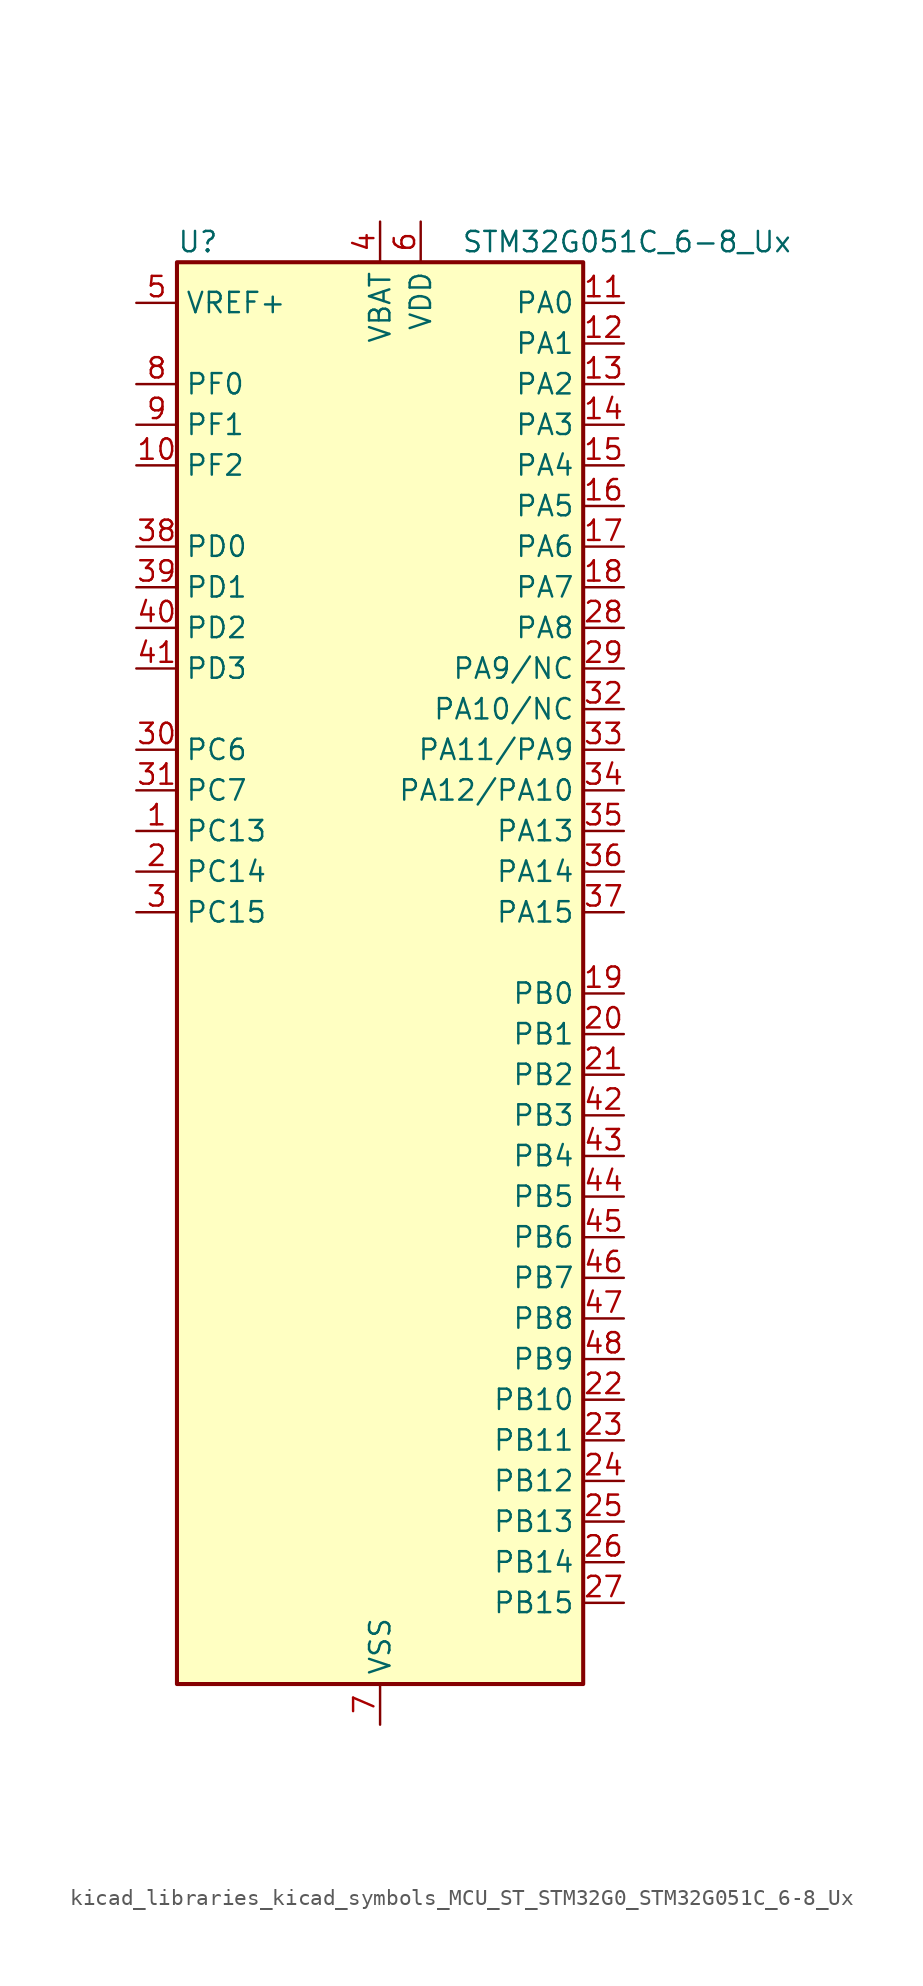
<source format=kicad_sym>
(kicad_symbol_lib
  (version 20220914)
  (generator kicad_symbol_editor)
  (symbol "kicad_libraries_kicad_symbols_MCU_ST_STM32G0_STM32G051C_6-8_Ux"
    (property "Reference" "U"
      (at -12.7 46.99 0)
      (effects (font (size 1.27 1.27)) (justify left)))
    (property "Value" "STM32G051C_6-8_Ux"
      (at 5.08 46.99 0)
      (effects (font (size 1.27 1.27)) (justify left)))
    (property "ki_locked" ""
      (at 0 0 0)
      (effects (font (size 1.27 1.27))))
    (symbol "kicad_libraries_kicad_symbols_MCU_ST_STM32G0_STM32G051C_6-8_Ux_0_1"
      (rectangle (start -12.7 -43.18) (end 12.7 45.72) (stroke (width 0.254) (type default)) (fill (type background))))
    (symbol "kicad_libraries_kicad_symbols_MCU_ST_STM32G0_STM32G051C_6-8_Ux_1_1"
      (pin bidirectional line (at -15.24 10.16 0) (length 2.54) (name "PC13" (effects (font (size 1.27 1.27)))) (number "1" (effects (font (size 1.27 1.27)))) (alternate "RTC_OUT1" bidirectional line) (alternate "RTC_TAMP_IN1" bidirectional line) (alternate "RTC_TS" bidirectional line) (alternate "SYS_WKUP2" bidirectional line) (alternate "TIM1_BK" bidirectional line))
      (pin bidirectional line (at -15.24 33.02 0) (length 2.54) (name "PF2" (effects (font (size 1.27 1.27)))) (number "10" (effects (font (size 1.27 1.27)))) (alternate "RCC_MCO" bidirectional line))
      (pin bidirectional line (at 15.24 43.18 180) (length 2.54) (name "PA0" (effects (font (size 1.27 1.27)))) (number "11" (effects (font (size 1.27 1.27)))) (alternate "ADC1_IN0" bidirectional line) (alternate "COMP1_INM" bidirectional line) (alternate "COMP1_OUT" bidirectional line) (alternate "LPTIM1_OUT" bidirectional line) (alternate "RTC_TAMP_IN2" bidirectional line) (alternate "SPI2_SCK" bidirectional line) (alternate "SYS_WKUP1" bidirectional line) (alternate "TIM2_CH1" bidirectional line) (alternate "TIM2_ETR" bidirectional line) (alternate "USART2_CTS" bidirectional line) (alternate "USART2_NSS" bidirectional line))
      (pin bidirectional line (at 15.24 40.64 180) (length 2.54) (name "PA1" (effects (font (size 1.27 1.27)))) (number "12" (effects (font (size 1.27 1.27)))) (alternate "ADC1_IN1" bidirectional line) (alternate "COMP1_INP" bidirectional line) (alternate "I2C1_SMBA" bidirectional line) (alternate "I2S1_CK" bidirectional line) (alternate "SPI1_SCK" bidirectional line) (alternate "TIM15_CH1N" bidirectional line) (alternate "TIM2_CH2" bidirectional line) (alternate "USART2_CK" bidirectional line) (alternate "USART2_DE" bidirectional line) (alternate "USART2_RTS" bidirectional line))
      (pin bidirectional line (at 15.24 38.1 180) (length 2.54) (name "PA2" (effects (font (size 1.27 1.27)))) (number "13" (effects (font (size 1.27 1.27)))) (alternate "ADC1_IN2" bidirectional line) (alternate "COMP2_INM" bidirectional line) (alternate "COMP2_OUT" bidirectional line) (alternate "I2S1_SD" bidirectional line) (alternate "LPUART1_TX" bidirectional line) (alternate "RCC_LSCO" bidirectional line) (alternate "SPI1_MOSI" bidirectional line) (alternate "SYS_WKUP4" bidirectional line) (alternate "TIM15_CH1" bidirectional line) (alternate "TIM2_CH3" bidirectional line) (alternate "USART2_TX" bidirectional line))
      (pin bidirectional line (at 15.24 35.56 180) (length 2.54) (name "PA3" (effects (font (size 1.27 1.27)))) (number "14" (effects (font (size 1.27 1.27)))) (alternate "ADC1_IN3" bidirectional line) (alternate "COMP2_INP" bidirectional line) (alternate "LPUART1_RX" bidirectional line) (alternate "SPI2_MISO" bidirectional line) (alternate "TIM15_CH2" bidirectional line) (alternate "TIM2_CH4" bidirectional line) (alternate "USART2_RX" bidirectional line))
      (pin bidirectional line (at 15.24 33.02 180) (length 2.54) (name "PA4" (effects (font (size 1.27 1.27)))) (number "15" (effects (font (size 1.27 1.27)))) (alternate "ADC1_IN4" bidirectional line) (alternate "DAC1_OUT1" bidirectional line) (alternate "I2S1_WS" bidirectional line) (alternate "LPTIM2_OUT" bidirectional line) (alternate "RTC_OUT2" bidirectional line) (alternate "SPI1_NSS" bidirectional line) (alternate "SPI2_MOSI" bidirectional line) (alternate "TIM14_CH1" bidirectional line))
      (pin bidirectional line (at 15.24 30.48 180) (length 2.54) (name "PA5" (effects (font (size 1.27 1.27)))) (number "16" (effects (font (size 1.27 1.27)))) (alternate "ADC1_IN5" bidirectional line) (alternate "DAC1_OUT2" bidirectional line) (alternate "I2S1_CK" bidirectional line) (alternate "LPTIM2_ETR" bidirectional line) (alternate "SPI1_SCK" bidirectional line) (alternate "TIM2_CH1" bidirectional line) (alternate "TIM2_ETR" bidirectional line))
      (pin bidirectional line (at 15.24 27.94 180) (length 2.54) (name "PA6" (effects (font (size 1.27 1.27)))) (number "17" (effects (font (size 1.27 1.27)))) (alternate "ADC1_IN6" bidirectional line) (alternate "COMP1_OUT" bidirectional line) (alternate "I2S1_MCK" bidirectional line) (alternate "LPUART1_CTS" bidirectional line) (alternate "SPI1_MISO" bidirectional line) (alternate "TIM16_CH1" bidirectional line) (alternate "TIM1_BK" bidirectional line) (alternate "TIM3_CH1" bidirectional line))
      (pin bidirectional line (at 15.24 25.4 180) (length 2.54) (name "PA7" (effects (font (size 1.27 1.27)))) (number "18" (effects (font (size 1.27 1.27)))) (alternate "ADC1_IN7" bidirectional line) (alternate "COMP2_OUT" bidirectional line) (alternate "I2S1_SD" bidirectional line) (alternate "SPI1_MOSI" bidirectional line) (alternate "TIM14_CH1" bidirectional line) (alternate "TIM17_CH1" bidirectional line) (alternate "TIM1_CH1N" bidirectional line) (alternate "TIM3_CH2" bidirectional line))
      (pin bidirectional line (at 15.24 0 180) (length 2.54) (name "PB0" (effects (font (size 1.27 1.27)))) (number "19" (effects (font (size 1.27 1.27)))) (alternate "ADC1_IN8" bidirectional line) (alternate "COMP1_OUT" bidirectional line) (alternate "I2S1_WS" bidirectional line) (alternate "LPTIM1_OUT" bidirectional line) (alternate "SPI1_NSS" bidirectional line) (alternate "TIM1_CH2N" bidirectional line) (alternate "TIM3_CH3" bidirectional line))
      (pin bidirectional line (at -15.24 7.62 0) (length 2.54) (name "PC14" (effects (font (size 1.27 1.27)))) (number "2" (effects (font (size 1.27 1.27)))) (alternate "RCC_OSC32_IN" bidirectional line) (alternate "TIM1_BK2" bidirectional line))
      (pin bidirectional line (at 15.24 -2.54 180) (length 2.54) (name "PB1" (effects (font (size 1.27 1.27)))) (number "20" (effects (font (size 1.27 1.27)))) (alternate "ADC1_IN9" bidirectional line) (alternate "COMP1_INM" bidirectional line) (alternate "LPTIM2_IN1" bidirectional line) (alternate "LPUART1_DE" bidirectional line) (alternate "LPUART1_RTS" bidirectional line) (alternate "TIM14_CH1" bidirectional line) (alternate "TIM1_CH3N" bidirectional line) (alternate "TIM3_CH4" bidirectional line))
      (pin bidirectional line (at 15.24 -5.08 180) (length 2.54) (name "PB2" (effects (font (size 1.27 1.27)))) (number "21" (effects (font (size 1.27 1.27)))) (alternate "ADC1_IN10" bidirectional line) (alternate "COMP1_INP" bidirectional line) (alternate "LPTIM1_OUT" bidirectional line) (alternate "SPI2_MISO" bidirectional line))
      (pin bidirectional line (at 15.24 -25.4 180) (length 2.54) (name "PB10" (effects (font (size 1.27 1.27)))) (number "22" (effects (font (size 1.27 1.27)))) (alternate "ADC1_IN11" bidirectional line) (alternate "COMP1_OUT" bidirectional line) (alternate "I2C2_SCL" bidirectional line) (alternate "LPUART1_RX" bidirectional line) (alternate "SPI2_SCK" bidirectional line) (alternate "TIM2_CH3" bidirectional line))
      (pin bidirectional line (at 15.24 -27.94 180) (length 2.54) (name "PB11" (effects (font (size 1.27 1.27)))) (number "23" (effects (font (size 1.27 1.27)))) (alternate "ADC1_EXTI11" bidirectional line) (alternate "ADC1_IN15" bidirectional line) (alternate "COMP2_OUT" bidirectional line) (alternate "I2C2_SDA" bidirectional line) (alternate "LPUART1_TX" bidirectional line) (alternate "SPI2_MOSI" bidirectional line) (alternate "TIM2_CH4" bidirectional line))
      (pin bidirectional line (at 15.24 -30.48 180) (length 2.54) (name "PB12" (effects (font (size 1.27 1.27)))) (number "24" (effects (font (size 1.27 1.27)))) (alternate "ADC1_IN16" bidirectional line) (alternate "LPUART1_DE" bidirectional line) (alternate "LPUART1_RTS" bidirectional line) (alternate "SPI2_NSS" bidirectional line) (alternate "TIM15_BK" bidirectional line) (alternate "TIM1_BK" bidirectional line))
      (pin bidirectional line (at 15.24 -33.02 180) (length 2.54) (name "PB13" (effects (font (size 1.27 1.27)))) (number "25" (effects (font (size 1.27 1.27)))) (alternate "I2C2_SCL" bidirectional line) (alternate "LPUART1_CTS" bidirectional line) (alternate "SPI2_SCK" bidirectional line) (alternate "TIM15_CH1N" bidirectional line) (alternate "TIM1_CH1N" bidirectional line))
      (pin bidirectional line (at 15.24 -35.56 180) (length 2.54) (name "PB14" (effects (font (size 1.27 1.27)))) (number "26" (effects (font (size 1.27 1.27)))) (alternate "I2C2_SDA" bidirectional line) (alternate "SPI2_MISO" bidirectional line) (alternate "TIM15_CH1" bidirectional line) (alternate "TIM1_CH2N" bidirectional line))
      (pin bidirectional line (at 15.24 -38.1 180) (length 2.54) (name "PB15" (effects (font (size 1.27 1.27)))) (number "27" (effects (font (size 1.27 1.27)))) (alternate "RTC_REFIN" bidirectional line) (alternate "SPI2_MOSI" bidirectional line) (alternate "TIM15_CH1N" bidirectional line) (alternate "TIM15_CH2" bidirectional line) (alternate "TIM1_CH3N" bidirectional line))
      (pin bidirectional line (at 15.24 22.86 180) (length 2.54) (name "PA8" (effects (font (size 1.27 1.27)))) (number "28" (effects (font (size 1.27 1.27)))) (alternate "LPTIM2_OUT" bidirectional line) (alternate "RCC_MCO" bidirectional line) (alternate "SPI2_NSS" bidirectional line) (alternate "TIM1_CH1" bidirectional line))
      (pin bidirectional line (at 15.24 20.32 180) (length 2.54) (name "PA9/NC" (effects (font (size 1.27 1.27)))) (number "29" (effects (font (size 1.27 1.27)))) (alternate "DAC1_EXTI9" bidirectional line) (alternate "I2C1_SCL" bidirectional line) (alternate "RCC_MCO" bidirectional line) (alternate "SPI2_MISO" bidirectional line) (alternate "TIM15_BK" bidirectional line) (alternate "TIM1_CH2" bidirectional line) (alternate "USART1_TX" bidirectional line))
      (pin bidirectional line (at -15.24 5.08 0) (length 2.54) (name "PC15" (effects (font (size 1.27 1.27)))) (number "3" (effects (font (size 1.27 1.27)))) (alternate "RCC_OSC32_EN" bidirectional line) (alternate "RCC_OSC32_OUT" bidirectional line) (alternate "RCC_OSC_EN" bidirectional line) (alternate "TIM15_BK" bidirectional line))
      (pin bidirectional line (at -15.24 15.24 0) (length 2.54) (name "PC6" (effects (font (size 1.27 1.27)))) (number "30" (effects (font (size 1.27 1.27)))) (alternate "TIM2_CH3" bidirectional line) (alternate "TIM3_CH1" bidirectional line))
      (pin bidirectional line (at -15.24 12.7 0) (length 2.54) (name "PC7" (effects (font (size 1.27 1.27)))) (number "31" (effects (font (size 1.27 1.27)))) (alternate "TIM2_CH4" bidirectional line) (alternate "TIM3_CH2" bidirectional line))
      (pin bidirectional line (at 15.24 17.78 180) (length 2.54) (name "PA10/NC" (effects (font (size 1.27 1.27)))) (number "32" (effects (font (size 1.27 1.27)))) (alternate "I2C1_SDA" bidirectional line) (alternate "SPI2_MOSI" bidirectional line) (alternate "TIM17_BK" bidirectional line) (alternate "TIM1_CH3" bidirectional line) (alternate "USART1_RX" bidirectional line))
      (pin bidirectional line (at 15.24 15.24 180) (length 2.54) (name "PA11/PA9" (effects (font (size 1.27 1.27)))) (number "33" (effects (font (size 1.27 1.27)))) (alternate "ADC1_EXTI11" bidirectional line) (alternate "COMP1_OUT" bidirectional line) (alternate "I2C2_SCL" bidirectional line) (alternate "I2S1_MCK" bidirectional line) (alternate "SPI1_MISO" bidirectional line) (alternate "TIM1_BK2" bidirectional line) (alternate "TIM1_CH4" bidirectional line) (alternate "USART1_CTS" bidirectional line) (alternate "USART1_NSS" bidirectional line))
      (pin bidirectional line (at 15.24 12.7 180) (length 2.54) (name "PA12/PA10" (effects (font (size 1.27 1.27)))) (number "34" (effects (font (size 1.27 1.27)))) (alternate "COMP2_OUT" bidirectional line) (alternate "I2C2_SDA" bidirectional line) (alternate "I2S1_SD" bidirectional line) (alternate "I2S_CKIN" bidirectional line) (alternate "SPI1_MOSI" bidirectional line) (alternate "TIM1_ETR" bidirectional line) (alternate "USART1_CK" bidirectional line) (alternate "USART1_DE" bidirectional line) (alternate "USART1_RTS" bidirectional line))
      (pin bidirectional line (at 15.24 10.16 180) (length 2.54) (name "PA13" (effects (font (size 1.27 1.27)))) (number "35" (effects (font (size 1.27 1.27)))) (alternate "ADC1_IN17" bidirectional line) (alternate "IR_OUT" bidirectional line) (alternate "SYS_SWDIO" bidirectional line))
      (pin bidirectional line (at 15.24 7.62 180) (length 2.54) (name "PA14" (effects (font (size 1.27 1.27)))) (number "36" (effects (font (size 1.27 1.27)))) (alternate "ADC1_IN18" bidirectional line) (alternate "SYS_SWCLK" bidirectional line) (alternate "USART2_TX" bidirectional line))
      (pin bidirectional line (at 15.24 5.08 180) (length 2.54) (name "PA15" (effects (font (size 1.27 1.27)))) (number "37" (effects (font (size 1.27 1.27)))) (alternate "I2S1_WS" bidirectional line) (alternate "SPI1_NSS" bidirectional line) (alternate "TIM2_CH1" bidirectional line) (alternate "TIM2_ETR" bidirectional line) (alternate "USART2_RX" bidirectional line))
      (pin bidirectional line (at -15.24 27.94 0) (length 2.54) (name "PD0" (effects (font (size 1.27 1.27)))) (number "38" (effects (font (size 1.27 1.27)))) (alternate "SPI2_NSS" bidirectional line) (alternate "TIM16_CH1" bidirectional line))
      (pin bidirectional line (at -15.24 25.4 0) (length 2.54) (name "PD1" (effects (font (size 1.27 1.27)))) (number "39" (effects (font (size 1.27 1.27)))) (alternate "SPI2_SCK" bidirectional line) (alternate "TIM17_CH1" bidirectional line))
      (pin power_in line (at 0 48.26 270) (length 2.54) (name "VBAT" (effects (font (size 1.27 1.27)))) (number "4" (effects (font (size 1.27 1.27)))))
      (pin bidirectional line (at -15.24 22.86 0) (length 2.54) (name "PD2" (effects (font (size 1.27 1.27)))) (number "40" (effects (font (size 1.27 1.27)))) (alternate "TIM1_CH1N" bidirectional line) (alternate "TIM3_ETR" bidirectional line))
      (pin bidirectional line (at -15.24 20.32 0) (length 2.54) (name "PD3" (effects (font (size 1.27 1.27)))) (number "41" (effects (font (size 1.27 1.27)))) (alternate "SPI2_MISO" bidirectional line) (alternate "TIM1_CH2N" bidirectional line) (alternate "USART2_CTS" bidirectional line) (alternate "USART2_NSS" bidirectional line))
      (pin bidirectional line (at 15.24 -7.62 180) (length 2.54) (name "PB3" (effects (font (size 1.27 1.27)))) (number "42" (effects (font (size 1.27 1.27)))) (alternate "COMP2_INM" bidirectional line) (alternate "I2S1_CK" bidirectional line) (alternate "SPI1_SCK" bidirectional line) (alternate "TIM1_CH2" bidirectional line) (alternate "TIM2_CH2" bidirectional line) (alternate "USART1_CK" bidirectional line) (alternate "USART1_DE" bidirectional line) (alternate "USART1_RTS" bidirectional line))
      (pin bidirectional line (at 15.24 -10.16 180) (length 2.54) (name "PB4" (effects (font (size 1.27 1.27)))) (number "43" (effects (font (size 1.27 1.27)))) (alternate "COMP2_INP" bidirectional line) (alternate "I2S1_MCK" bidirectional line) (alternate "SPI1_MISO" bidirectional line) (alternate "TIM17_BK" bidirectional line) (alternate "TIM3_CH1" bidirectional line) (alternate "USART1_CTS" bidirectional line) (alternate "USART1_NSS" bidirectional line))
      (pin bidirectional line (at 15.24 -12.7 180) (length 2.54) (name "PB5" (effects (font (size 1.27 1.27)))) (number "44" (effects (font (size 1.27 1.27)))) (alternate "COMP2_OUT" bidirectional line) (alternate "I2C1_SMBA" bidirectional line) (alternate "I2S1_SD" bidirectional line) (alternate "LPTIM1_IN1" bidirectional line) (alternate "SPI1_MOSI" bidirectional line) (alternate "SYS_WKUP6" bidirectional line) (alternate "TIM16_BK" bidirectional line) (alternate "TIM3_CH2" bidirectional line))
      (pin bidirectional line (at 15.24 -15.24 180) (length 2.54) (name "PB6" (effects (font (size 1.27 1.27)))) (number "45" (effects (font (size 1.27 1.27)))) (alternate "COMP2_INP" bidirectional line) (alternate "I2C1_SCL" bidirectional line) (alternate "LPTIM1_ETR" bidirectional line) (alternate "SPI2_MISO" bidirectional line) (alternate "TIM16_CH1N" bidirectional line) (alternate "TIM1_CH3" bidirectional line) (alternate "USART1_TX" bidirectional line))
      (pin bidirectional line (at 15.24 -17.78 180) (length 2.54) (name "PB7" (effects (font (size 1.27 1.27)))) (number "46" (effects (font (size 1.27 1.27)))) (alternate "COMP2_INM" bidirectional line) (alternate "I2C1_SDA" bidirectional line) (alternate "LPTIM1_IN2" bidirectional line) (alternate "SPI2_MOSI" bidirectional line) (alternate "SYS_PVD_IN" bidirectional line) (alternate "TIM17_CH1N" bidirectional line) (alternate "USART1_RX" bidirectional line))
      (pin bidirectional line (at 15.24 -20.32 180) (length 2.54) (name "PB8" (effects (font (size 1.27 1.27)))) (number "47" (effects (font (size 1.27 1.27)))) (alternate "I2C1_SCL" bidirectional line) (alternate "SPI2_SCK" bidirectional line) (alternate "TIM15_BK" bidirectional line) (alternate "TIM16_CH1" bidirectional line))
      (pin bidirectional line (at 15.24 -22.86 180) (length 2.54) (name "PB9" (effects (font (size 1.27 1.27)))) (number "48" (effects (font (size 1.27 1.27)))) (alternate "DAC1_EXTI9" bidirectional line) (alternate "I2C1_SDA" bidirectional line) (alternate "IR_OUT" bidirectional line) (alternate "SPI2_NSS" bidirectional line) (alternate "TIM17_CH1" bidirectional line))
      (pin passive line (at 0 -45.72 90) (length 2.54) hide (name "VSS" (effects (font (size 1.27 1.27)))) (number "49" (effects (font (size 1.27 1.27)))))
      (pin input line (at -15.24 43.18 0) (length 2.54) (name "VREF+" (effects (font (size 1.27 1.27)))) (number "5" (effects (font (size 1.27 1.27)))) (alternate "VREFBUF_OUT" bidirectional line))
      (pin power_in line (at 2.54 48.26 270) (length 2.54) (name "VDD" (effects (font (size 1.27 1.27)))) (number "6" (effects (font (size 1.27 1.27)))))
      (pin power_in line (at 0 -45.72 90) (length 2.54) (name "VSS" (effects (font (size 1.27 1.27)))) (number "7" (effects (font (size 1.27 1.27)))))
      (pin bidirectional line (at -15.24 38.1 0) (length 2.54) (name "PF0" (effects (font (size 1.27 1.27)))) (number "8" (effects (font (size 1.27 1.27)))) (alternate "RCC_OSC_IN" bidirectional line) (alternate "TIM14_CH1" bidirectional line))
      (pin bidirectional line (at -15.24 35.56 0) (length 2.54) (name "PF1" (effects (font (size 1.27 1.27)))) (number "9" (effects (font (size 1.27 1.27)))) (alternate "RCC_OSC_EN" bidirectional line) (alternate "RCC_OSC_OUT" bidirectional line) (alternate "TIM15_CH1N" bidirectional line)))))
</source>
